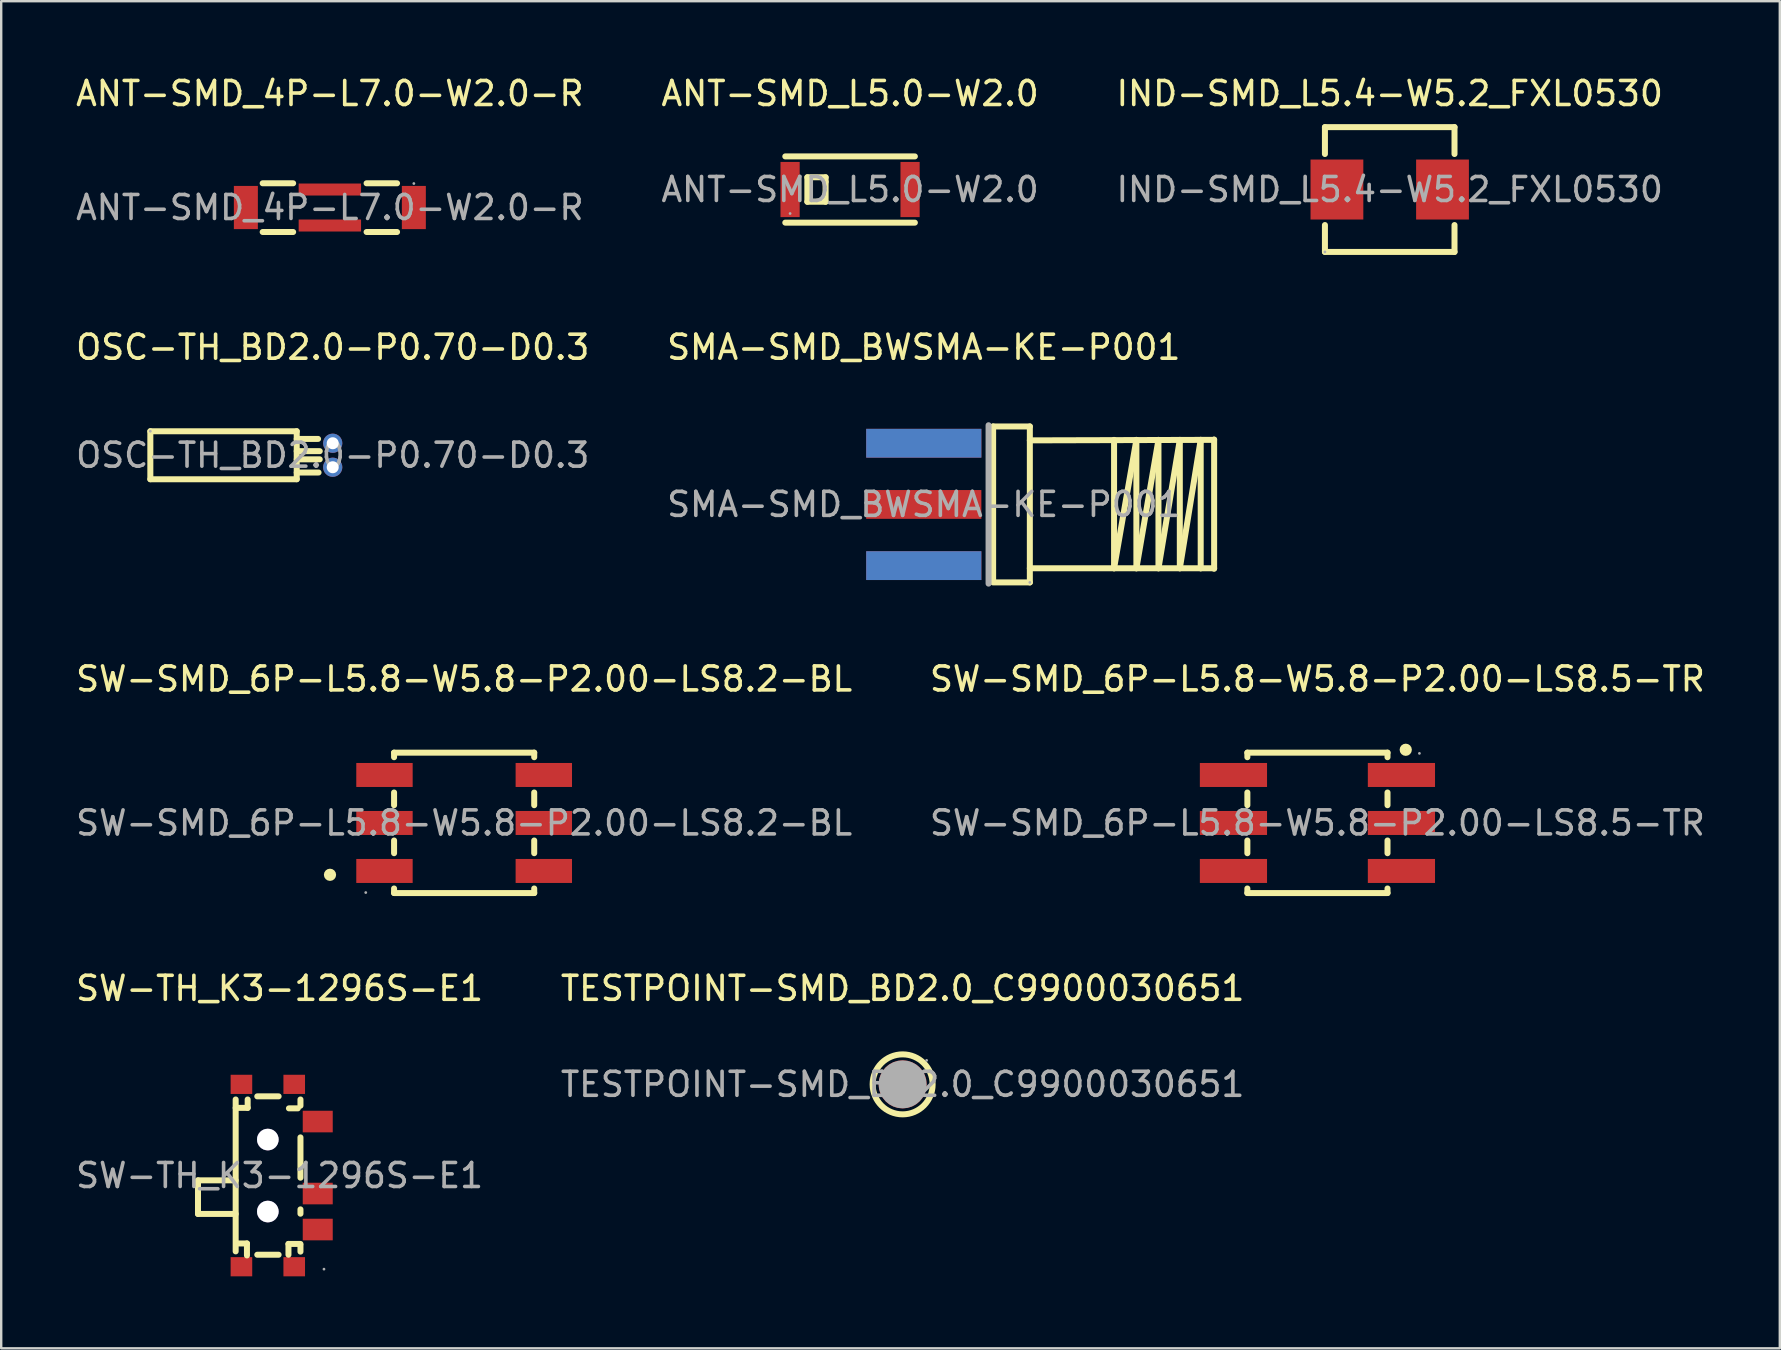
<source format=kicad_pcb>
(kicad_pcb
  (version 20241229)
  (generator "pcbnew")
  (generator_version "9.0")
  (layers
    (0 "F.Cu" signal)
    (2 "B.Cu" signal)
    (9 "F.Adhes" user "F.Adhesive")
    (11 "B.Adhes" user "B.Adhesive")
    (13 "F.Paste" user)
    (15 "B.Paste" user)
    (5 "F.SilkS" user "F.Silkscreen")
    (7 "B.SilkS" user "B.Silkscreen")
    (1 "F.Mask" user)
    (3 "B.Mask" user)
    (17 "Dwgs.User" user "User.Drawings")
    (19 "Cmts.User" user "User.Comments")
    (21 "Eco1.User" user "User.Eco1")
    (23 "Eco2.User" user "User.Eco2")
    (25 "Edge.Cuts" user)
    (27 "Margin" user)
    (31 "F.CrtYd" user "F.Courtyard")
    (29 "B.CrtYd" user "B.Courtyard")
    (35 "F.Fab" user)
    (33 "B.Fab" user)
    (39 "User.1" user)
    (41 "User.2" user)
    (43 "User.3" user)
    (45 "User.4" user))
  (footprint "SW-SMD_6P-L5.8-W5.8-P2.00-LS8.5-TR"
    (layer "F.Cu")
    (at 51.851 31.245)
    (property "Reference" "SW-SMD_6P-L5.8-W5.8-P2.00-LS8.5-TR" (at 0 -6 0) (layer "F.SilkS") (effects (font (size 1 1) (thickness 0.15))))
    (attr smd)
    (fp_line (start -2.92 -2.93) (end 2.92 -2.93) (stroke (width 0.25) (type solid)) (layer "F.SilkS"))
    (fp_line (start -2.92 -2.74) (end -2.92 -2.93) (stroke (width 0.25) (type solid)) (layer "F.SilkS"))
    (fp_line (start -2.92 -0.74) (end -2.92 -1.27) (stroke (width 0.25) (type solid)) (layer "F.SilkS"))
    (fp_line (start -2.92 1.26) (end -2.92 0.73) (stroke (width 0.25) (type solid)) (layer "F.SilkS"))
    (fp_line (start -2.92 2.92) (end -2.92 2.73) (stroke (width 0.25) (type solid)) (layer "F.SilkS"))
    (fp_line (start 2.92 -2.93) (end 2.92 -2.74) (stroke (width 0.25) (type solid)) (layer "F.SilkS"))
    (fp_line (start 2.92 -1.27) (end 2.92 -0.74) (stroke (width 0.25) (type solid)) (layer "F.SilkS"))
    (fp_line (start 2.92 0.73) (end 2.92 1.26) (stroke (width 0.25) (type solid)) (layer "F.SilkS"))
    (fp_line (start 2.92 2.73) (end 2.92 2.92) (stroke (width 0.25) (type solid)) (layer "F.SilkS"))
    (fp_line (start 2.92 2.92) (end -2.92 2.92) (stroke (width 0.25) (type solid)) (layer "F.SilkS"))
    (fp_circle (center 3.68 -3.05) (end 3.81 -3.05) (stroke (width 0.25) (type solid)) (fill no) (layer "F.SilkS"))
    (fp_circle (center 4.25 -2.9) (end 4.28 -2.9) (stroke (width 0.06) (type solid)) (fill no) (layer "F.Fab"))
    (fp_text user "${REFERENCE}" (at 0 0 0) (layer "F.Fab") (effects (font (size 1 1) (thickness 0.15))))
    (pad "1" smd rect (at 3.5 -2) (size 2.8 1) (layers "F.Cu" "F.Mask" "F.Paste"))
    (pad "2" smd rect (at 3.5 0) (size 2.8 1) (layers "F.Cu" "F.Mask" "F.Paste"))
    (pad "3" smd rect (at 3.5 2) (size 2.8 1) (layers "F.Cu" "F.Mask" "F.Paste"))
    (pad "4" smd rect (at -3.5 -2) (size 2.8 1) (layers "F.Cu" "F.Mask" "F.Paste"))
    (pad "5" smd rect (at -3.5 0) (size 2.8 1) (layers "F.Cu" "F.Mask" "F.Paste"))
    (pad "6" smd rect (at -3.5 2) (size 2.8 1) (layers "F.Cu" "F.Mask" "F.Paste")))
  (footprint "SW-TH_K3-1296S-E1"
    (layer "F.Cu")
    (at 8.601 45.938)
    (property "Reference" "SW-TH_K3-1296S-E1" (at 0 -7.8 0) (layer "F.SilkS") (effects (font (size 1 1) (thickness 0.15))))
    (attr through_hole)
    (fp_line (start -3.4 0.2) (end -3.4 1.6) (stroke (width 0.25) (type solid)) (layer "F.SilkS"))
    (fp_line (start -3.4 1.6) (end -1.83 1.6) (stroke (width 0.25) (type solid)) (layer "F.SilkS"))
    (fp_line (start -1.83 0.2) (end -3.4 0.2) (stroke (width 0.25) (type solid)) (layer "F.SilkS"))
    (fp_line (start -1.83 3.16) (end -1.83 -3.17) (stroke (width 0.25) (type solid)) (layer "F.SilkS"))
    (fp_line (start -1.36 2.83) (end -1.81 2.83) (stroke (width 0.25) (type solid)) (layer "F.SilkS"))
    (fp_line (start -1.36 3.33) (end -1.36 2.83) (stroke (width 0.25) (type solid)) (layer "F.SilkS"))
    (fp_line (start -1.33 -2.82) (end -1.83 -2.82) (stroke (width 0.25) (type solid)) (layer "F.SilkS"))
    (fp_line (start -1.33 -2.82) (end -1.33 -3.17) (stroke (width 0.25) (type solid)) (layer "F.SilkS"))
    (fp_line (start -0.93 -3.3) (end -0.04 -3.3) (stroke (width 0.25) (type solid)) (layer "F.SilkS"))
    (fp_line (start -0.93 3.3) (end -0.04 3.3) (stroke (width 0.25) (type solid)) (layer "F.SilkS"))
    (fp_line (start 0.37 2.85) (end 0.37 3.3) (stroke (width 0.25) (type solid)) (layer "F.SilkS"))
    (fp_line (start 0.39 -2.8) (end 0.76 -2.8) (stroke (width 0.25) (type solid)) (layer "F.SilkS"))
    (fp_line (start 0.87 -2.91) (end 0.87 -3.17) (stroke (width 0.25) (type solid)) (layer "F.SilkS"))
    (fp_line (start 0.87 0.09) (end 0.87 -1.59) (stroke (width 0.25) (type solid)) (layer "F.SilkS"))
    (fp_line (start 0.87 1.59) (end 0.87 1.41) (stroke (width 0.25) (type solid)) (layer "F.SilkS"))
    (fp_line (start 0.87 2.85) (end 0.37 2.85) (stroke (width 0.25) (type solid)) (layer "F.SilkS"))
    (fp_line (start 0.87 3.17) (end 0.87 2.91) (stroke (width 0.25) (type solid)) (layer "F.SilkS"))
    (fp_circle (center -0.49 -1.5) (end -0.3 -1.5) (stroke (width 0.38) (type solid)) (fill no) (layer "Cmts.User"))
    (fp_circle (center -0.49 1.5) (end -0.3 1.5) (stroke (width 0.38) (type solid)) (fill no) (layer "Cmts.User"))
    (fp_circle (center 1.85 3.9) (end 1.88 3.9) (stroke (width 0.06) (type solid)) (fill no) (layer "F.Fab"))
    (fp_text user "${REFERENCE}" (at 0 0 0) (layer "F.Fab") (effects (font (size 1 1) (thickness 0.15))))
    (pad "" thru_hole circle (at -0.49 -1.5) (size 0.9 0.9) (drill 0.9) (layers "*.Cu" "*.Mask"))
    (pad "" thru_hole circle (at -0.49 1.5) (size 0.9 0.9) (drill 0.9) (layers "*.Cu" "*.Mask"))
    (pad "1" smd rect (at 1.59 2.25 180) (size 1.25 0.9) (layers "F.Cu" "F.Mask" "F.Paste"))
    (pad "2" smd rect (at 1.59 0.75 180) (size 1.25 0.9) (layers "F.Cu" "F.Mask" "F.Paste"))
    (pad "3" smd rect (at 1.59 -2.25 180) (size 1.25 0.9) (layers "F.Cu" "F.Mask" "F.Paste"))
    (pad "4" smd rect (at 0.61 -3.8 270) (size 0.8 0.9) (layers "F.Cu" "F.Mask" "F.Paste"))
    (pad "5" smd rect (at -1.59 -3.8 270) (size 0.8 0.9) (layers "F.Cu" "F.Mask" "F.Paste"))
    (pad "6" smd rect (at -1.59 3.8 270) (size 0.8 0.9) (layers "F.Cu" "F.Mask" "F.Paste"))
    (pad "7" smd rect (at 0.61 3.8 270) (size 0.8 0.9) (layers "F.Cu" "F.Mask" "F.Paste")))
  (footprint "OSC-TH_BD2.0-P0.70-D0.3"
    (layer "F.Cu")
    (at 10.815 15.921)
    (property "Reference" "OSC-TH_BD2.0-P0.70-D0.3" (at 0 -4.5 0) (layer "F.SilkS") (effects (font (size 1 1) (thickness 0.15))))
    (attr through_hole)
    (fp_line (start -7.6 1) (end -7.6 -1) (stroke (width 0.25) (type solid)) (layer "F.SilkS"))
    (fp_line (start -1.5 -1) (end -7.6 -1) (stroke (width 0.25) (type solid)) (layer "F.SilkS"))
    (fp_line (start -1.5 -1) (end -1.5 1) (stroke (width 0.25) (type solid)) (layer "F.SilkS"))
    (fp_line (start -1.5 -0.68) (end -0.61 -0.68) (stroke (width 0.25) (type solid)) (layer "F.SilkS"))
    (fp_line (start -1.5 -0.17) (end -0.54 -0.17) (stroke (width 0.25) (type solid)) (layer "F.SilkS"))
    (fp_line (start -1.5 0.17) (end -0.54 0.17) (stroke (width 0.25) (type solid)) (layer "F.SilkS"))
    (fp_line (start -1.5 0.72) (end -0.59 0.72) (stroke (width 0.25) (type solid)) (layer "F.SilkS"))
    (fp_line (start -1.5 1) (end -7.6 1) (stroke (width 0.25) (type solid)) (layer "F.SilkS"))
    (fp_circle (center -7.6 -1) (end -7.57 -1) (stroke (width 0.06) (type solid)) (fill no) (layer "F.Fab"))
    (fp_circle (center 0 -0.5) (end 0.07 -0.5) (stroke (width 0.15) (type solid)) (fill no) (layer "F.Fab"))
    (fp_circle (center 0 0.5) (end 0.07 0.5) (stroke (width 0.15) (type solid)) (fill no) (layer "F.Fab"))
    (fp_text user "${REFERENCE}" (at 0 0 0) (layer "F.Fab") (effects (font (size 1 1) (thickness 0.15))))
    (pad "1" thru_hole circle (at 0 -0.5 270) (size 0.8 0.8) (drill 0.5) (layers "*.Cu" "*.Mask"))
    (pad "2" thru_hole circle (at 0 0.5 270) (size 0.8 0.8) (drill 0.5) (layers "*.Cu" "*.Mask")))
  (footprint "TESTPOINT-SMD_BD2.0_C9900030651"
    (layer "F.Cu")
    (at 34.565 42.138)
    (property "Reference" "TESTPOINT-SMD_BD2.0_C9900030651" (at 0 -4 0) (layer "F.SilkS") (effects (font (size 1 1) (thickness 0.15))))
    (attr smd)
    (fp_circle (center 0 0) (end 1.25 0) (stroke (width 0.25) (type solid)) (fill no) (layer "F.SilkS"))
    (fp_circle (center 0 0) (end 0.5 0) (stroke (width 1) (type solid)) (fill no) (layer "F.Fab"))
    (fp_circle (center 1 -1) (end 1.03 -1) (stroke (width 0.06) (type solid)) (fill no) (layer "F.Fab"))
    (fp_text user "${REFERENCE}" (at 0 0 0) (layer "F.Fab") (effects (font (size 1 1) (thickness 0.15))))
    (pad "1" smd circle (at 0 0) (size 2 2) (layers "F.Cu" "F.Mask" "F.Paste")))
  (footprint "SW-SMD_6P-L5.8-W5.8-P2.00-LS8.2-BL"
    (layer "F.Cu")
    (at 16.292 31.245)
    (property "Reference" "SW-SMD_6P-L5.8-W5.8-P2.00-LS8.2-BL" (at 0 -6 0) (layer "F.SilkS") (effects (font (size 1 1) (thickness 0.15))))
    (attr smd)
    (fp_line (start -2.92 -2.93) (end 2.92 -2.93) (stroke (width 0.25) (type solid)) (layer "F.SilkS"))
    (fp_line (start -2.92 -2.74) (end -2.92 -2.93) (stroke (width 0.25) (type solid)) (layer "F.SilkS"))
    (fp_line (start -2.92 -0.74) (end -2.92 -1.27) (stroke (width 0.25) (type solid)) (layer "F.SilkS"))
    (fp_line (start -2.92 1.26) (end -2.92 0.73) (stroke (width 0.25) (type solid)) (layer "F.SilkS"))
    (fp_line (start -2.92 2.92) (end -2.92 2.73) (stroke (width 0.25) (type solid)) (layer "F.SilkS"))
    (fp_line (start 2.92 -2.93) (end 2.92 -2.74) (stroke (width 0.25) (type solid)) (layer "F.SilkS"))
    (fp_line (start 2.92 -1.27) (end 2.92 -0.74) (stroke (width 0.25) (type solid)) (layer "F.SilkS"))
    (fp_line (start 2.92 0.73) (end 2.92 1.26) (stroke (width 0.25) (type solid)) (layer "F.SilkS"))
    (fp_line (start 2.92 2.73) (end 2.92 2.92) (stroke (width 0.25) (type solid)) (layer "F.SilkS"))
    (fp_line (start 2.92 2.92) (end -2.92 2.92) (stroke (width 0.25) (type solid)) (layer "F.SilkS"))
    (fp_circle (center -5.59 2.16) (end -5.46 2.16) (stroke (width 0.25) (type solid)) (fill no) (layer "F.SilkS"))
    (fp_circle (center -4.1 2.9) (end -4.07 2.9) (stroke (width 0.06) (type solid)) (fill no) (layer "F.Fab"))
    (fp_text user "${REFERENCE}" (at 0 0 0) (layer "F.Fab") (effects (font (size 1 1) (thickness 0.15))))
    (pad "1" smd rect (at -3.32 2 180) (size 2.35 1) (layers "F.Cu" "F.Mask" "F.Paste"))
    (pad "2" smd rect (at -3.32 0 180) (size 2.35 1) (layers "F.Cu" "F.Mask" "F.Paste"))
    (pad "3" smd rect (at -3.32 -2 180) (size 2.35 1) (layers "F.Cu" "F.Mask" "F.Paste"))
    (pad "4" smd rect (at 3.32 2 180) (size 2.35 1) (layers "F.Cu" "F.Mask" "F.Paste"))
    (pad "5" smd rect (at 3.32 0 180) (size 2.35 1) (layers "F.Cu" "F.Mask" "F.Paste"))
    (pad "6" smd rect (at 3.32 -2 180) (size 2.35 1) (layers "F.Cu" "F.Mask" "F.Paste")))
  (footprint "IND-SMD_L5.4-W5.2_FXL0530"
    (layer "F.Cu")
    (at 54.863 4.848)
    (property "Reference" "IND-SMD_L5.4-W5.2_FXL0530" (at 0 -4 0) (layer "F.SilkS") (effects (font (size 1 1) (thickness 0.15))))
    (attr smd)
    (fp_line (start -2.7 -2.6) (end -2.7 -1.48) (stroke (width 0.25) (type solid)) (layer "F.SilkS"))
    (fp_line (start -2.7 -2.6) (end 2.7 -2.6) (stroke (width 0.25) (type solid)) (layer "F.SilkS"))
    (fp_line (start -2.7 1.48) (end -2.7 2.6) (stroke (width 0.25) (type solid)) (layer "F.SilkS"))
    (fp_line (start 2.7 -1.48) (end 2.7 -2.6) (stroke (width 0.25) (type solid)) (layer "F.SilkS"))
    (fp_line (start 2.7 2.6) (end -2.7 2.6) (stroke (width 0.25) (type solid)) (layer "F.SilkS"))
    (fp_line (start 2.7 2.6) (end 2.7 1.48) (stroke (width 0.25) (type solid)) (layer "F.SilkS"))
    (fp_circle (center -2.7 2.6) (end -2.67 2.6) (stroke (width 0.06) (type solid)) (fill no) (layer "F.Fab"))
    (fp_text user "${REFERENCE}" (at 0 0 0) (layer "F.Fab") (effects (font (size 1 1) (thickness 0.15))))
    (pad "1" smd rect (at -2.2 0) (size 2.2 2.5) (layers "F.Cu" "F.Mask" "F.Paste"))
    (pad "2" smd rect (at 2.2 0) (size 2.2 2.5) (layers "F.Cu" "F.Mask" "F.Paste")))
  (footprint "ANT-SMD_4P-L7.0-W2.0-R"
    (layer "F.Cu")
    (at 10.696 5.598)
    (property "Reference" "ANT-SMD_4P-L7.0-W2.0-R" (at 0 -4.75 0) (layer "F.SilkS") (effects (font (size 1 1) (thickness 0.15))))
    (attr smd)
    (fp_line (start -2.8 -1.01) (end -1.53 -1.01) (stroke (width 0.25) (type solid)) (layer "F.SilkS"))
    (fp_line (start -2.8 1.02) (end -1.53 1.02) (stroke (width 0.25) (type solid)) (layer "F.SilkS"))
    (fp_line (start 1.53 -1.01) (end 2.8 -1.01) (stroke (width 0.25) (type solid)) (layer "F.SilkS"))
    (fp_line (start 1.53 1.02) (end 2.8 1.02) (stroke (width 0.25) (type solid)) (layer "F.SilkS"))
    (fp_circle (center 3.5 -1) (end 3.53 -1) (stroke (width 0.06) (type solid)) (fill no) (layer "F.Fab"))
    (fp_text user "${REFERENCE}" (at 0 0 0) (layer "F.Fab") (effects (font (size 1 1) (thickness 0.15))))
    (pad "1" smd rect (at 3.5 0) (size 1 1.8) (layers "F.Cu" "F.Mask" "F.Paste"))
    (pad "2" smd rect (at -3.5 0) (size 1 1.8) (layers "F.Cu" "F.Mask" "F.Paste"))
    (pad "3" smd rect (at 0 -0.75) (size 2.6 0.5) (layers "F.Cu" "F.Mask" "F.Paste"))
    (pad "4" smd rect (at 0 0.75) (size 2.6 0.5) (layers "F.Cu" "F.Mask" "F.Paste")))
  (footprint "SMA-SMD_BWSMA-KE-P001"
    (layer "F.Cu")
    (at 35.446 17.971)
    (property "Reference" "SMA-SMD_BWSMA-KE-P001" (at 0 -6.55 0) (layer "F.SilkS") (effects (font (size 1 1) (thickness 0.15))))
    (attr smd)
    (fp_line (start 2.89 -3.25) (end 2.89 3.17) (stroke (width 0.25) (type solid)) (layer "F.SilkS"))
    (fp_line (start 4.42 -3.25) (end 2.89 -3.25) (stroke (width 0.25) (type solid)) (layer "F.SilkS"))
    (fp_line (start 4.42 -3.25) (end 4.42 3.25) (stroke (width 0.25) (type solid)) (layer "F.SilkS"))
    (fp_line (start 4.42 3.25) (end 2.89 3.25) (stroke (width 0.25) (type solid)) (layer "F.SilkS"))
    (fp_line (start 7.93 -2.69) (end 7.93 2.66) (stroke (width 0.25) (type solid)) (layer "F.SilkS"))
    (fp_line (start 7.93 2.66) (end 8.86 -2.69) (stroke (width 0.25) (type solid)) (layer "F.SilkS"))
    (fp_line (start 8.86 -2.69) (end 8.86 2.66) (stroke (width 0.25) (type solid)) (layer "F.SilkS"))
    (fp_line (start 8.86 2.66) (end 9.78 -2.69) (stroke (width 0.25) (type solid)) (layer "F.SilkS"))
    (fp_line (start 9.78 -2.69) (end 9.78 2.66) (stroke (width 0.25) (type solid)) (layer "F.SilkS"))
    (fp_line (start 9.78 2.66) (end 10.67 -2.69) (stroke (width 0.25) (type solid)) (layer "F.SilkS"))
    (fp_line (start 10.67 -2.69) (end 10.67 2.66) (stroke (width 0.25) (type solid)) (layer "F.SilkS"))
    (fp_line (start 10.67 2.66) (end 11.54 -2.69) (stroke (width 0.25) (type solid)) (layer "F.SilkS"))
    (fp_line (start 11.54 -2.69) (end 4.42 -2.67) (stroke (width 0.25) (type solid)) (layer "F.SilkS"))
    (fp_line (start 11.54 -2.69) (end 11.54 2.66) (stroke (width 0.25) (type solid)) (layer "F.SilkS"))
    (fp_line (start 11.54 -2.69) (end 12.09 -2.69) (stroke (width 0.25) (type solid)) (layer "F.SilkS"))
    (fp_line (start 11.54 2.66) (end 4.42 2.66) (stroke (width 0.25) (type solid)) (layer "F.SilkS"))
    (fp_line (start 11.54 2.66) (end 12.1 2.66) (stroke (width 0.25) (type solid)) (layer "F.SilkS"))
    (fp_line (start 12.09 -2.69) (end 12.1 -2.7) (stroke (width 0.25) (type solid)) (layer "F.SilkS"))
    (fp_line (start 12.1 -2.7) (end 12.1 2.68) (stroke (width 0.25) (type solid)) (layer "F.SilkS"))
    (fp_line (start 2.7 -3.3) (end 2.7 3.3) (stroke (width 0.25) (type solid)) (layer "F.Fab"))
    (fp_circle (center 4.42 3.25) (end 4.45 3.25) (stroke (width 0.06) (type solid)) (fill no) (layer "F.Fab"))
    (fp_text user "${REFERENCE}" (at 0 0 0) (layer "F.Fab") (effects (font (size 1 1) (thickness 0.15))))
    (pad "1" smd rect (at 0 2.55) (size 4.8 1.2) (layers "F.Cu" "F.Mask" "F.Paste"))
    (pad "2" smd rect (at 0 -2.55) (size 4.8 1.2) (layers "F.Cu" "F.Mask" "F.Paste"))
    (pad "3" smd rect (at 0 -2.55) (size 4.8 1.2) (layers "B.Cu" "B.Mask" "B.Paste"))
    (pad "4" smd rect (at 0 2.55) (size 4.8 1.2) (layers "B.Cu" "B.Mask" "B.Paste"))
    (pad "5" smd rect (at 0 0) (size 4.8 1.2) (layers "F.Cu" "F.Mask" "F.Paste")))
  (footprint "ANT-SMD_L5.0-W2.0"
    (layer "F.Cu")
    (at 32.375 4.848)
    (property "Reference" "ANT-SMD_L5.0-W2.0" (at 0 -4 0) (layer "F.SilkS") (effects (font (size 1 1) (thickness 0.15))))
    (attr smd)
    (fp_line (start -2.7 -1.38) (end 2.7 -1.38) (stroke (width 0.25) (type solid)) (layer "F.SilkS"))
    (fp_line (start -2.7 1.38) (end 2.7 1.38) (stroke (width 0.25) (type solid)) (layer "F.SilkS"))
    (fp_line (start -1.78 -0.51) (end -1.78 0.51) (stroke (width 0.25) (type solid)) (layer "F.SilkS"))
    (fp_line (start -1.78 0.51) (end -1.02 0.51) (stroke (width 0.25) (type solid)) (layer "F.SilkS"))
    (fp_line (start -1.02 -0.51) (end -1.78 -0.51) (stroke (width 0.25) (type solid)) (layer "F.SilkS"))
    (fp_line (start -1.02 -0.32) (end -1.02 -0.51) (stroke (width 0.25) (type solid)) (layer "F.SilkS"))
    (fp_line (start -1.02 0.51) (end -1.02 -0.32) (stroke (width 0.25) (type solid)) (layer "F.SilkS"))
    (fp_circle (center -2.5 1) (end -2.47 1) (stroke (width 0.06) (type solid)) (fill no) (layer "F.Fab"))
    (fp_text user "${REFERENCE}" (at 0 0 0) (layer "F.Fab") (effects (font (size 1 1) (thickness 0.15))))
    (pad "1" smd rect (at -2.5 0) (size 0.8 2.3) (layers "F.Cu" "F.Mask" "F.Paste"))
    (pad "2" smd rect (at 2.5 0) (size 0.8 2.3) (layers "F.Cu" "F.Mask" "F.Paste")))
  (gr_rect
    (start -3 -3)
    (end 71.119 53.138)
    (stroke (width 0.1) (type default))
    (fill no)
    (layer "Edge.Cuts")))
</source>
